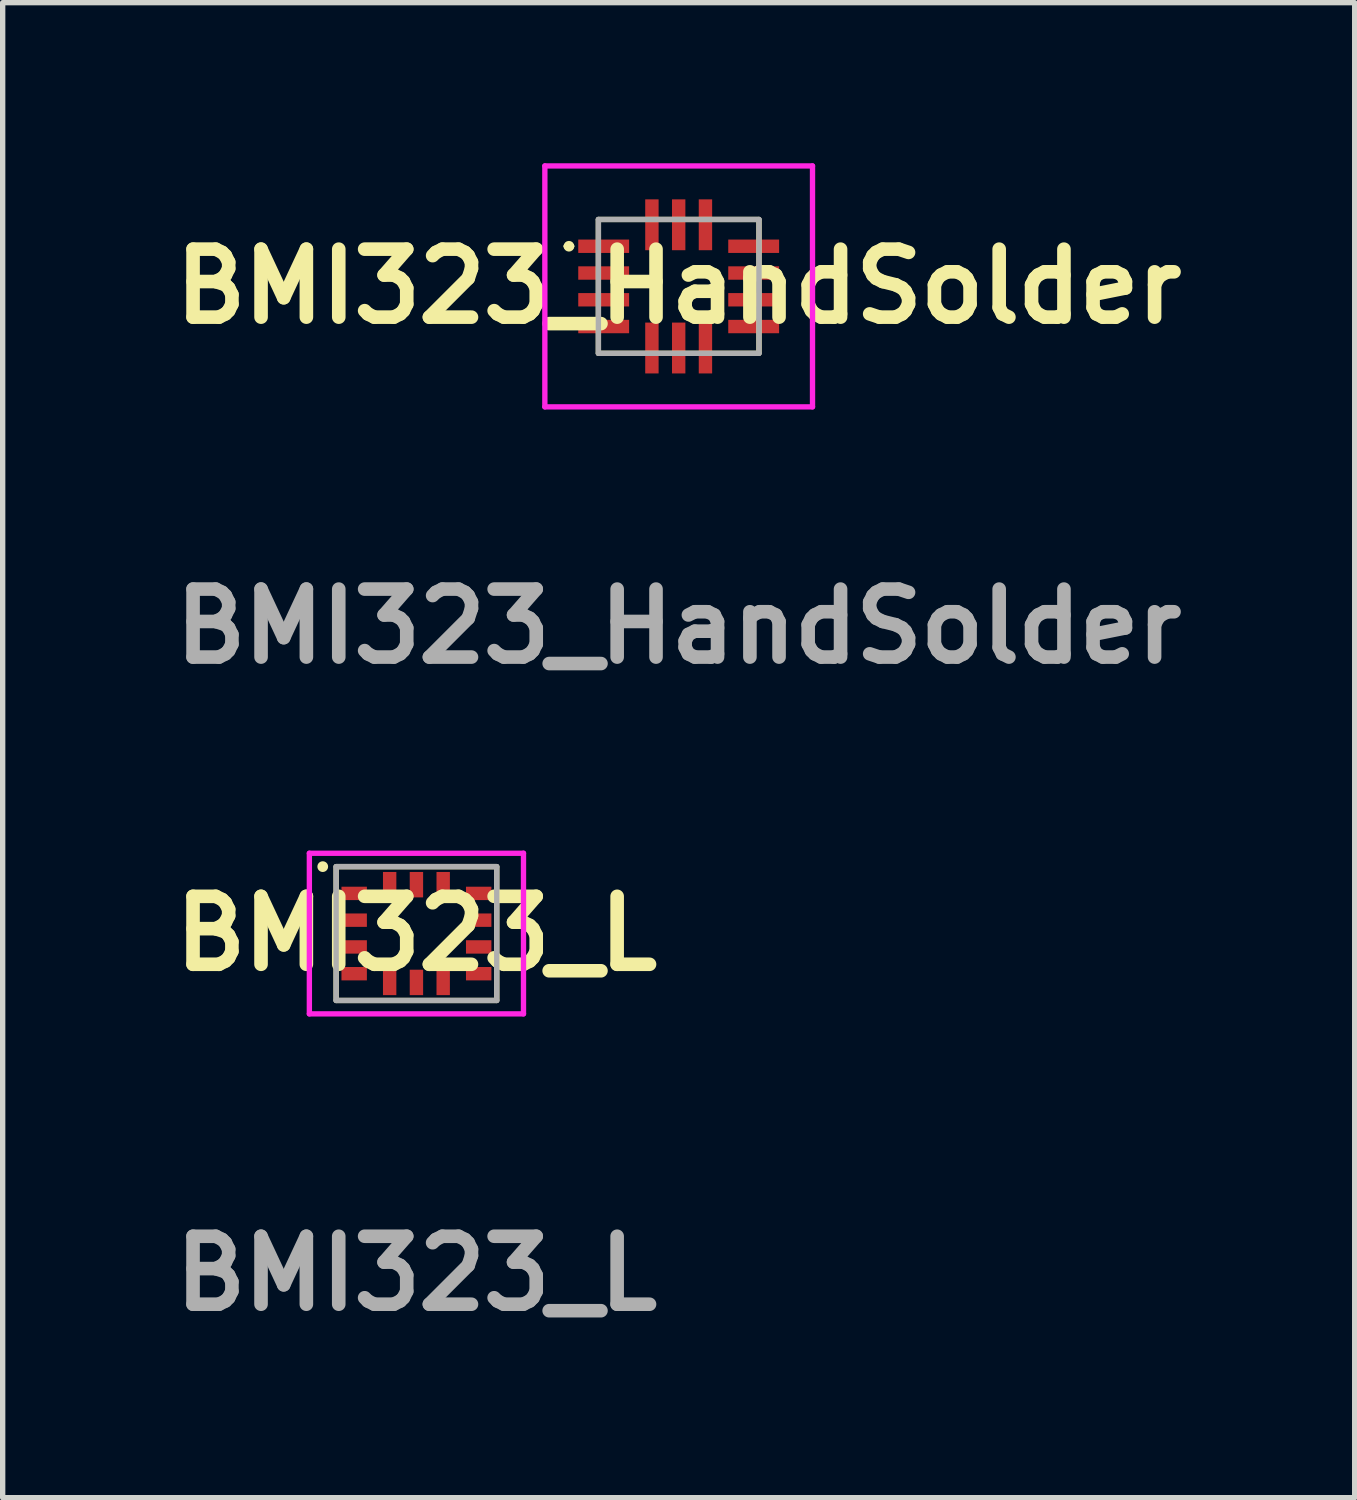
<source format=kicad_pcb>
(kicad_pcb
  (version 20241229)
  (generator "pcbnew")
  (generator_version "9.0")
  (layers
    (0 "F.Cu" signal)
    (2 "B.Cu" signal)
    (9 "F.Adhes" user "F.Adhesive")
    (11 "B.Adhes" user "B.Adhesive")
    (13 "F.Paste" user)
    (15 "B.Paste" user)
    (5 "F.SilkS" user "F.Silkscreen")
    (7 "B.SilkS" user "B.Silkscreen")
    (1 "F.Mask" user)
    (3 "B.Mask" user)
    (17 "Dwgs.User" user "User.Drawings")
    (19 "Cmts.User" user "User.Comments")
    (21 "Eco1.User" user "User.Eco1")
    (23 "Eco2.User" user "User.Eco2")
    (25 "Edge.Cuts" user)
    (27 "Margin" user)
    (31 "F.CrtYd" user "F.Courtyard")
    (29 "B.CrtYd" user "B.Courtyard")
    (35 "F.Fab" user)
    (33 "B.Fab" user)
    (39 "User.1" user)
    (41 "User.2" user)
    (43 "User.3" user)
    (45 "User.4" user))
  (footprint "BMI323_L"
    (layer "F.Cu")
    (at 4.729 14.389)
    (property "Reference" "BMI323_L" (at 0 0 0) (layer "F.SilkS") (effects (font (size 1.27 1.27) (thickness 0.254))))
    (attr smd)
    (fp_rect (start -1.5 -1.25) (end 1.5 1.25) (stroke (width 0.1) (type default)) (fill no) (layer "F.SilkS"))
    (fp_circle (center -1.75 -1.25) (end -1.7 -1.25) (stroke (width 0.1) (type solid)) (fill yes) (layer "F.SilkS"))
    (fp_line (start -2 -1.5) (end 2 -1.5) (stroke (width 0.1) (type solid)) (layer "F.CrtYd"))
    (fp_line (start -2 1.5) (end -2 -1.5) (stroke (width 0.1) (type solid)) (layer "F.CrtYd"))
    (fp_line (start 2 -1.5) (end 2 1.5) (stroke (width 0.1) (type solid)) (layer "F.CrtYd"))
    (fp_line (start 2 1.5) (end -2 1.5) (stroke (width 0.1) (type solid)) (layer "F.CrtYd"))
    (fp_line (start -1.5 -1.25) (end 1.5 -1.25) (stroke (width 0.1) (type solid)) (layer "F.Fab"))
    (fp_line (start -1.5 1.25) (end -1.5 -1.25) (stroke (width 0.1) (type solid)) (layer "F.Fab"))
    (fp_line (start 1.5 -1.25) (end 1.5 1.25) (stroke (width 0.1) (type solid)) (layer "F.Fab"))
    (fp_line (start 1.5 1.25) (end -1.5 1.25) (stroke (width 0.1) (type solid)) (layer "F.Fab"))
    (fp_text user "${REFERENCE}" (at 0 6.35 0) (layer "F.Fab") (effects (font (size 1.27 1.27) (thickness 0.254))))
    (pad "1" smd rect (at -1.163 -0.75 90) (size 0.25 0.475) (layers "F.Cu" "F.Mask" "F.Paste"))
    (pad "2" smd rect (at -1.163 -0.25 90) (size 0.25 0.475) (layers "F.Cu" "F.Mask" "F.Paste"))
    (pad "3" smd rect (at -1.163 0.25 90) (size 0.25 0.475) (layers "F.Cu" "F.Mask" "F.Paste"))
    (pad "4" smd rect (at -1.163 0.75 90) (size 0.25 0.475) (layers "F.Cu" "F.Mask" "F.Paste"))
    (pad "5" smd rect (at -0.5 0.913) (size 0.25 0.475) (layers "F.Cu" "F.Mask" "F.Paste"))
    (pad "6" smd rect (at 0 0.913) (size 0.25 0.475) (layers "F.Cu" "F.Mask" "F.Paste"))
    (pad "7" smd rect (at 0.5 0.913) (size 0.25 0.475) (layers "F.Cu" "F.Mask" "F.Paste"))
    (pad "8" smd rect (at 1.163 0.75 90) (size 0.25 0.475) (layers "F.Cu" "F.Mask" "F.Paste"))
    (pad "9" smd rect (at 1.163 0.25 90) (size 0.25 0.475) (layers "F.Cu" "F.Mask" "F.Paste"))
    (pad "10" smd rect (at 1.163 -0.25 90) (size 0.25 0.475) (layers "F.Cu" "F.Mask" "F.Paste"))
    (pad "11" smd rect (at 1.163 -0.75 90) (size 0.25 0.475) (layers "F.Cu" "F.Mask" "F.Paste"))
    (pad "12" smd rect (at 0.5 -0.913) (size 0.25 0.475) (layers "F.Cu" "F.Mask" "F.Paste"))
    (pad "13" smd rect (at 0 -0.913) (size 0.25 0.475) (layers "F.Cu" "F.Mask" "F.Paste"))
    (pad "14" smd rect (at -0.5 -0.913) (size 0.25 0.475) (layers "F.Cu" "F.Mask" "F.Paste")))
  (footprint "BMI323_HandSolder"
    (layer "F.Cu")
    (at 9.628 2.3)
    (property "Reference" "BMI323_HandSolder" (at 0 0 0) (layer "F.SilkS") (effects (font (size 1.27 1.27) (thickness 0.254))))
    (attr smd)
    (fp_line (start -2.1 -0.75) (end -2.1 -0.75) (stroke (width 0.1) (type solid)) (layer "F.SilkS"))
    (fp_line (start -2 -0.75) (end -2 -0.75) (stroke (width 0.1) (type solid)) (layer "F.SilkS"))
    (fp_rect (start -1.5 -1.25) (end 1.5 1.25) (stroke (width 0.1) (type default)) (fill no) (layer "F.SilkS"))
    (fp_arc (start -2.1 -0.75) (mid -2.05 -0.8) (end -2 -0.75) (stroke (width 0.1) (type solid)) (layer "F.SilkS"))
    (fp_arc (start -2 -0.75) (mid -2.05 -0.7) (end -2.1 -0.75) (stroke (width 0.1) (type solid)) (layer "F.SilkS"))
    (fp_line (start -2.5 -2.25) (end 2.5 -2.25) (stroke (width 0.1) (type solid)) (layer "F.CrtYd"))
    (fp_line (start -2.5 2.25) (end -2.5 -2.25) (stroke (width 0.1) (type solid)) (layer "F.CrtYd"))
    (fp_line (start 2.5 -2.25) (end 2.5 2.25) (stroke (width 0.1) (type solid)) (layer "F.CrtYd"))
    (fp_line (start 2.5 2.25) (end -2.5 2.25) (stroke (width 0.1) (type solid)) (layer "F.CrtYd"))
    (fp_line (start -1.5 -1.25) (end 1.5 -1.25) (stroke (width 0.1) (type solid)) (layer "F.Fab"))
    (fp_line (start -1.5 1.25) (end -1.5 -1.25) (stroke (width 0.1) (type solid)) (layer "F.Fab"))
    (fp_line (start 1.5 -1.25) (end 1.5 1.25) (stroke (width 0.1) (type solid)) (layer "F.Fab"))
    (fp_line (start 1.5 1.25) (end -1.5 1.25) (stroke (width 0.1) (type solid)) (layer "F.Fab"))
    (fp_text user "${REFERENCE}" (at 0 6.35 0) (layer "F.Fab") (effects (font (size 1.27 1.27) (thickness 0.254))))
    (pad "1" smd rect (at -1.401 -0.75 90) (size 0.25 0.95) (layers "F.Cu" "F.Mask" "F.Paste"))
    (pad "2" smd rect (at -1.401 -0.25 90) (size 0.25 0.95) (layers "F.Cu" "F.Mask" "F.Paste"))
    (pad "3" smd rect (at -1.401 0.25 90) (size 0.25 0.95) (layers "F.Cu" "F.Mask" "F.Paste"))
    (pad "4" smd rect (at -1.401 0.75 90) (size 0.25 0.95) (layers "F.Cu" "F.Mask" "F.Paste"))
    (pad "5" smd rect (at -0.5 1.151) (size 0.25 0.95) (layers "F.Cu" "F.Mask" "F.Paste"))
    (pad "6" smd rect (at 0 1.151) (size 0.25 0.95) (layers "F.Cu" "F.Mask" "F.Paste"))
    (pad "7" smd rect (at 0.5 1.151) (size 0.25 0.95) (layers "F.Cu" "F.Mask" "F.Paste"))
    (pad "8" smd rect (at 1.401 0.75 90) (size 0.25 0.95) (layers "F.Cu" "F.Mask" "F.Paste"))
    (pad "9" smd rect (at 1.401 0.25 90) (size 0.25 0.95) (layers "F.Cu" "F.Mask" "F.Paste"))
    (pad "10" smd rect (at 1.401 -0.25 90) (size 0.25 0.95) (layers "F.Cu" "F.Mask" "F.Paste"))
    (pad "11" smd rect (at 1.401 -0.75 90) (size 0.25 0.95) (layers "F.Cu" "F.Mask" "F.Paste"))
    (pad "12" smd rect (at 0.5 -1.151) (size 0.25 0.95) (layers "F.Cu" "F.Mask" "F.Paste"))
    (pad "13" smd rect (at 0 -1.151) (size 0.25 0.95) (layers "F.Cu" "F.Mask" "F.Paste"))
    (pad "14" smd rect (at -0.5 -1.151) (size 0.25 0.95) (layers "F.Cu" "F.Mask" "F.Paste")))
  (gr_rect
    (start -3 -3)
    (end 22.256 24.927)
    (stroke (width 0.1) (type default))
    (fill no)
    (layer "Edge.Cuts")))
</source>
